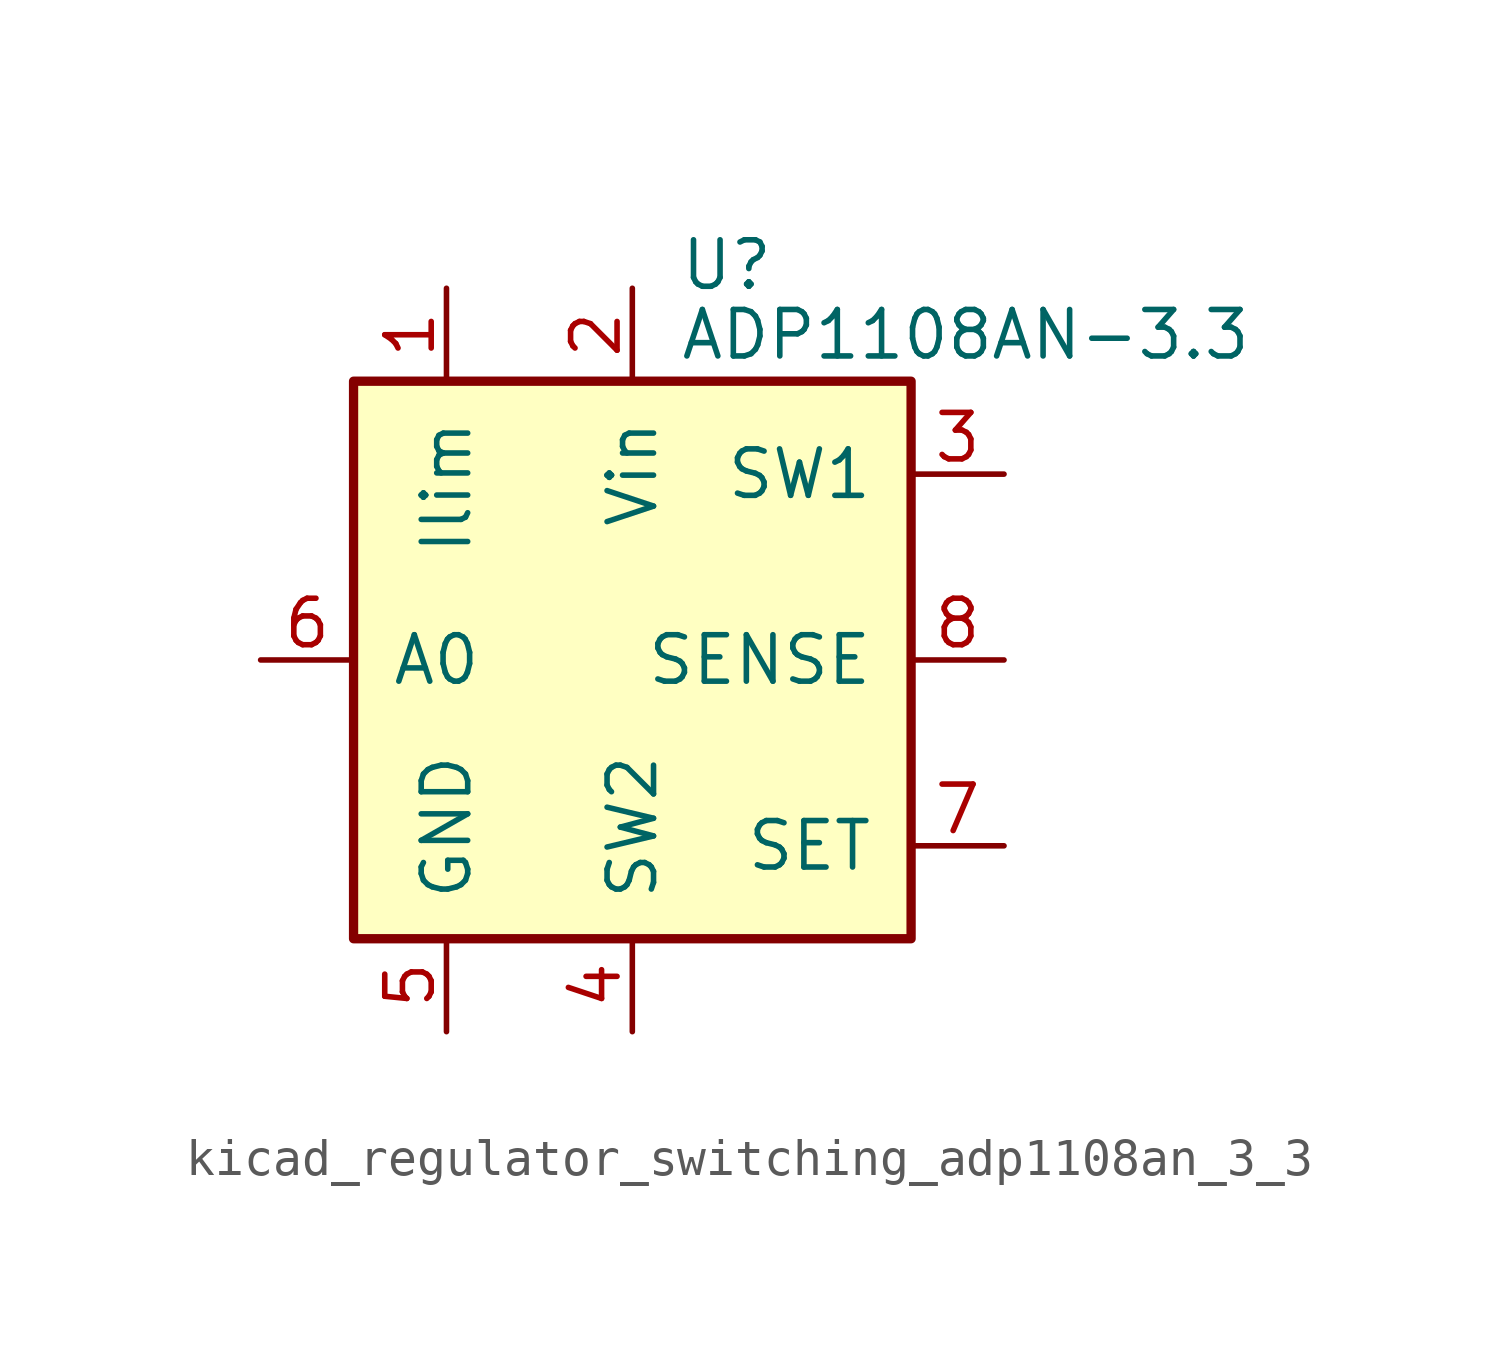
<source format=kicad_sym>
(kicad_symbol_lib
  (version 20220914)
  (generator kicad_symbol_editor)
  (symbol "kicad_regulator_switching_adp1108an_3_3"
    (pin_names
      (offset 1.016))
    (property "Reference" "U"
      (at 1.27 10.795 0)
      (effects (font (size 1.27 1.27)) (justify left)))
    (property "Value" "ADP1108AN-3.3"
      (at 1.27 8.89 0)
      (effects (font (size 1.27 1.27)) (justify left)))
    (symbol "kicad_regulator_switching_adp1108an_3_3_0_1"
      (rectangle (start -7.62 7.62) (end 7.62 -7.62) (stroke (width 0.254) (type default)) (fill (type background))))
    (symbol "kicad_regulator_switching_adp1108an_3_3_1_1"
      (pin input line (at -5.08 10.16 270) (length 2.54) (name "Ilim" (effects (font (size 1.27 1.27)))) (number "1" (effects (font (size 1.27 1.27)))))
      (pin power_in line (at 0 10.16 270) (length 2.54) (name "Vin" (effects (font (size 1.27 1.27)))) (number "2" (effects (font (size 1.27 1.27)))))
      (pin input line (at 10.16 5.08 180) (length 2.54) (name "SW1" (effects (font (size 1.27 1.27)))) (number "3" (effects (font (size 1.27 1.27)))))
      (pin input line (at 0 -10.16 90) (length 2.54) (name "SW2" (effects (font (size 1.27 1.27)))) (number "4" (effects (font (size 1.27 1.27)))))
      (pin power_in line (at -5.08 -10.16 90) (length 2.54) (name "GND" (effects (font (size 1.27 1.27)))) (number "5" (effects (font (size 1.27 1.27)))))
      (pin output line (at -10.16 0 0) (length 2.54) (name "A0" (effects (font (size 1.27 1.27)))) (number "6" (effects (font (size 1.27 1.27)))))
      (pin input line (at 10.16 -5.08 180) (length 2.54) (name "SET" (effects (font (size 1.27 1.27)))) (number "7" (effects (font (size 1.27 1.27)))))
      (pin input line (at 10.16 0 180) (length 2.54) (name "SENSE" (effects (font (size 1.27 1.27)))) (number "8" (effects (font (size 1.27 1.27))))))))
</source>
